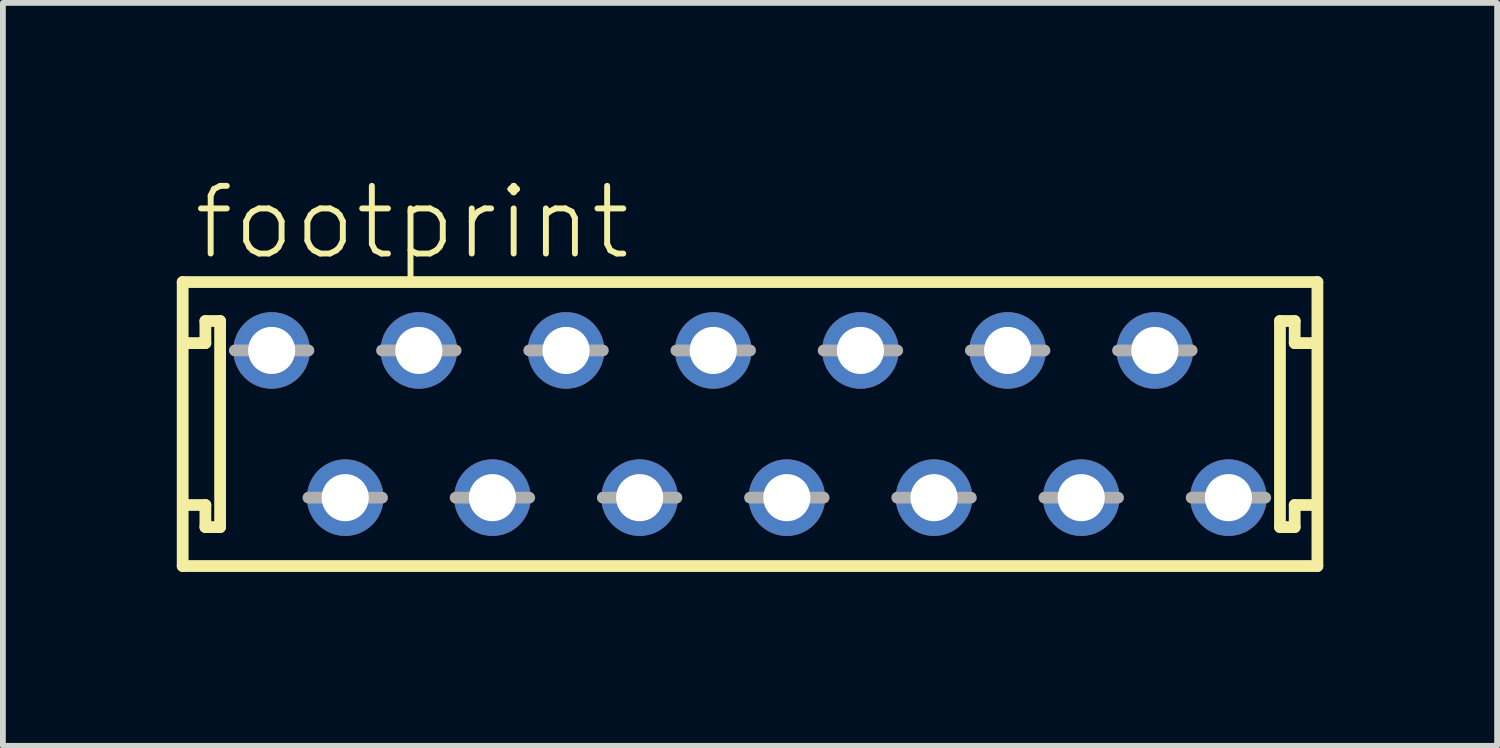
<source format=kicad_pcb>
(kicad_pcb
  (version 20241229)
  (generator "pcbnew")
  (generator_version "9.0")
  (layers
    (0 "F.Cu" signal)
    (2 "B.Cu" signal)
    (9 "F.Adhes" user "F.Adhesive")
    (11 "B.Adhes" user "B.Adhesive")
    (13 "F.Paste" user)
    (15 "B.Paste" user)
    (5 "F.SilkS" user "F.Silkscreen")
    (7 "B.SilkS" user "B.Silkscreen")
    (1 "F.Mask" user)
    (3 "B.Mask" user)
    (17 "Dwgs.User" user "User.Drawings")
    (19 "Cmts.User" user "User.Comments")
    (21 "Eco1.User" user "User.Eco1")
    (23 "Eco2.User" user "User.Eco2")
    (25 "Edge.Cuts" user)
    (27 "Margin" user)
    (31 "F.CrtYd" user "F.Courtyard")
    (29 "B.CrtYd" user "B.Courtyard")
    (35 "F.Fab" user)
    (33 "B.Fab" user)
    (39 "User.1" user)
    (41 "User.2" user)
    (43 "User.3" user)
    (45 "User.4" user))
  (footprint "footprint"
    (layer "F.Cu")
    (at 9.892 4.267)
    (property "Reference" "footprint" (at -9.652 -2.794 0) (layer "F.SilkS") (effects (font (size 1.168 1.168) (thickness 0.102)) (justify left bottom)))
    (fp_line (start -9.79 -2.45) (end 9.79 -2.45) (stroke (width 0.203) (type solid)) (layer "F.SilkS"))
    (fp_line (start -9.79 2.45) (end -9.79 -2.45) (stroke (width 0.203) (type solid)) (layer "F.SilkS"))
    (fp_line (start -9.398 -1.778) (end -9.398 -1.397) (stroke (width 0.203) (type solid)) (layer "F.SilkS"))
    (fp_line (start -9.398 -1.397) (end -9.779 -1.397) (stroke (width 0.203) (type solid)) (layer "F.SilkS"))
    (fp_line (start -9.398 1.397) (end -9.779 1.397) (stroke (width 0.203) (type solid)) (layer "F.SilkS"))
    (fp_line (start -9.398 1.778) (end -9.398 1.397) (stroke (width 0.203) (type solid)) (layer "F.SilkS"))
    (fp_line (start -9.144 -1.778) (end -9.398 -1.778) (stroke (width 0.203) (type solid)) (layer "F.SilkS"))
    (fp_line (start -9.144 1.778) (end -9.398 1.778) (stroke (width 0.203) (type solid)) (layer "F.SilkS"))
    (fp_line (start -9.144 1.778) (end -9.144 -1.778) (stroke (width 0.203) (type solid)) (layer "F.SilkS"))
    (fp_line (start 9.144 -1.778) (end 9.144 1.778) (stroke (width 0.203) (type solid)) (layer "F.SilkS"))
    (fp_line (start 9.144 -1.778) (end 9.398 -1.778) (stroke (width 0.203) (type solid)) (layer "F.SilkS"))
    (fp_line (start 9.144 1.778) (end 9.398 1.778) (stroke (width 0.203) (type solid)) (layer "F.SilkS"))
    (fp_line (start 9.398 -1.778) (end 9.398 -1.397) (stroke (width 0.203) (type solid)) (layer "F.SilkS"))
    (fp_line (start 9.398 -1.397) (end 9.779 -1.397) (stroke (width 0.203) (type solid)) (layer "F.SilkS"))
    (fp_line (start 9.398 1.397) (end 9.779 1.397) (stroke (width 0.203) (type solid)) (layer "F.SilkS"))
    (fp_line (start 9.398 1.778) (end 9.398 1.397) (stroke (width 0.203) (type solid)) (layer "F.SilkS"))
    (fp_line (start 9.79 -2.45) (end 9.79 2.45) (stroke (width 0.203) (type solid)) (layer "F.SilkS"))
    (fp_line (start 9.79 2.45) (end -9.79 2.45) (stroke (width 0.203) (type solid)) (layer "F.SilkS"))
    (fp_line (start -8.89 -1.27) (end -7.62 -1.27) (stroke (width 0.203) (type solid)) (layer "F.Fab"))
    (fp_line (start -7.62 1.27) (end -6.35 1.27) (stroke (width 0.203) (type solid)) (layer "F.Fab"))
    (fp_line (start -6.35 -1.27) (end -5.08 -1.27) (stroke (width 0.203) (type solid)) (layer "F.Fab"))
    (fp_line (start -5.08 1.27) (end -3.81 1.27) (stroke (width 0.203) (type solid)) (layer "F.Fab"))
    (fp_line (start -3.81 -1.27) (end -2.54 -1.27) (stroke (width 0.203) (type solid)) (layer "F.Fab"))
    (fp_line (start -2.54 1.27) (end -1.27 1.27) (stroke (width 0.203) (type solid)) (layer "F.Fab"))
    (fp_line (start -1.27 -1.27) (end 0 -1.27) (stroke (width 0.203) (type solid)) (layer "F.Fab"))
    (fp_line (start 0 1.27) (end 1.27 1.27) (stroke (width 0.203) (type solid)) (layer "F.Fab"))
    (fp_line (start 1.27 -1.27) (end 2.54 -1.27) (stroke (width 0.203) (type solid)) (layer "F.Fab"))
    (fp_line (start 2.54 1.27) (end 3.81 1.27) (stroke (width 0.203) (type solid)) (layer "F.Fab"))
    (fp_line (start 3.81 -1.27) (end 5.08 -1.27) (stroke (width 0.203) (type solid)) (layer "F.Fab"))
    (fp_line (start 5.08 1.27) (end 6.35 1.27) (stroke (width 0.203) (type solid)) (layer "F.Fab"))
    (fp_line (start 6.35 -1.27) (end 7.62 -1.27) (stroke (width 0.203) (type solid)) (layer "F.Fab"))
    (fp_line (start 7.62 1.27) (end 8.89 1.27) (stroke (width 0.203) (type solid)) (layer "F.Fab"))
    (pad "1" thru_hole circle (at -8.255 -1.27) (size 1.321 1.321) (drill 0.813) (layers "*.Cu" "*.Mask"))
    (pad "2" thru_hole circle (at -6.985 1.27) (size 1.321 1.321) (drill 0.813) (layers "*.Cu" "*.Mask"))
    (pad "3" thru_hole circle (at -5.715 -1.27) (size 1.321 1.321) (drill 0.813) (layers "*.Cu" "*.Mask"))
    (pad "4" thru_hole circle (at -4.445 1.27) (size 1.321 1.321) (drill 0.813) (layers "*.Cu" "*.Mask"))
    (pad "5" thru_hole circle (at -3.175 -1.27) (size 1.321 1.321) (drill 0.813) (layers "*.Cu" "*.Mask"))
    (pad "6" thru_hole circle (at -1.905 1.27) (size 1.321 1.321) (drill 0.813) (layers "*.Cu" "*.Mask"))
    (pad "7" thru_hole circle (at -0.635 -1.27) (size 1.321 1.321) (drill 0.813) (layers "*.Cu" "*.Mask"))
    (pad "8" thru_hole circle (at 0.635 1.27) (size 1.321 1.321) (drill 0.813) (layers "*.Cu" "*.Mask"))
    (pad "9" thru_hole circle (at 1.905 -1.27) (size 1.321 1.321) (drill 0.813) (layers "*.Cu" "*.Mask"))
    (pad "10" thru_hole circle (at 3.175 1.27) (size 1.321 1.321) (drill 0.813) (layers "*.Cu" "*.Mask"))
    (pad "11" thru_hole circle (at 4.445 -1.27) (size 1.321 1.321) (drill 0.813) (layers "*.Cu" "*.Mask"))
    (pad "12" thru_hole circle (at 5.715 1.27) (size 1.321 1.321) (drill 0.813) (layers "*.Cu" "*.Mask"))
    (pad "13" thru_hole circle (at 6.985 -1.27) (size 1.321 1.321) (drill 0.813) (layers "*.Cu" "*.Mask"))
    (pad "14" thru_hole circle (at 8.255 1.27) (size 1.321 1.321) (drill 0.813) (layers "*.Cu" "*.Mask")))
  (gr_rect
    (start -3 -3)
    (end 22.783 9.819)
    (stroke (width 0.1) (type default))
    (fill no)
    (layer "Edge.Cuts")))
</source>
